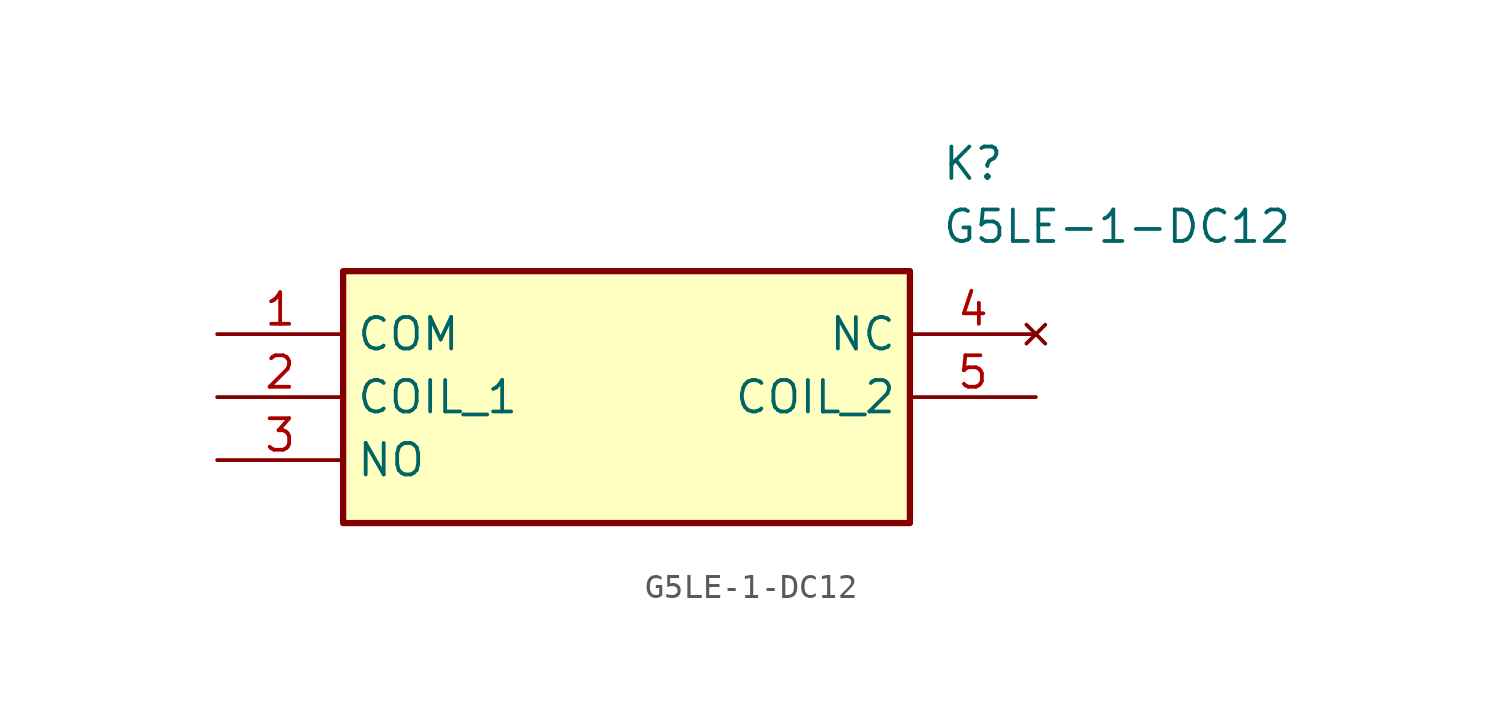
<source format=kicad_sym>
(kicad_symbol_lib
  (version 20211014)
  (generator SamacSys_ECAD_Model)
  (symbol "G5LE-1-DC12"
    (property "Reference" "K"
      (at 29.21 7.62 0)
      (effects (font (size 1.27 1.27)) (justify left top)))
    (property "Value" "G5LE-1-DC12"
      (at 29.21 5.08 0)
      (effects (font (size 1.27 1.27)) (justify left top)))
    (rectangle
      (start 5.08 2.54)
      (end 27.94 -7.62)
      (stroke (width 0.254) (type default))
      (fill (type background)))
    (pin passive line
      (at 0 0 0)
      (length 5.08)
      (name "COM" (effects (font (size 1.27 1.27))))
      (number "1" (effects (font (size 1.27 1.27)))))
    (pin passive line
      (at 0 -2.54 0)
      (length 5.08)
      (name "COIL_1" (effects (font (size 1.27 1.27))))
      (number "2" (effects (font (size 1.27 1.27)))))
    (pin passive line
      (at 0 -5.08 0)
      (length 5.08)
      (name "NO" (effects (font (size 1.27 1.27))))
      (number "3" (effects (font (size 1.27 1.27)))))
    (pin no_connect line
      (at 33.02 0 180)
      (length 5.08)
      (name "NC" (effects (font (size 1.27 1.27))))
      (number "4" (effects (font (size 1.27 1.27)))))
    (pin passive line
      (at 33.02 -2.54 180)
      (length 5.08)
      (name "COIL_2" (effects (font (size 1.27 1.27))))
      (number "5" (effects (font (size 1.27 1.27)))))))
</source>
